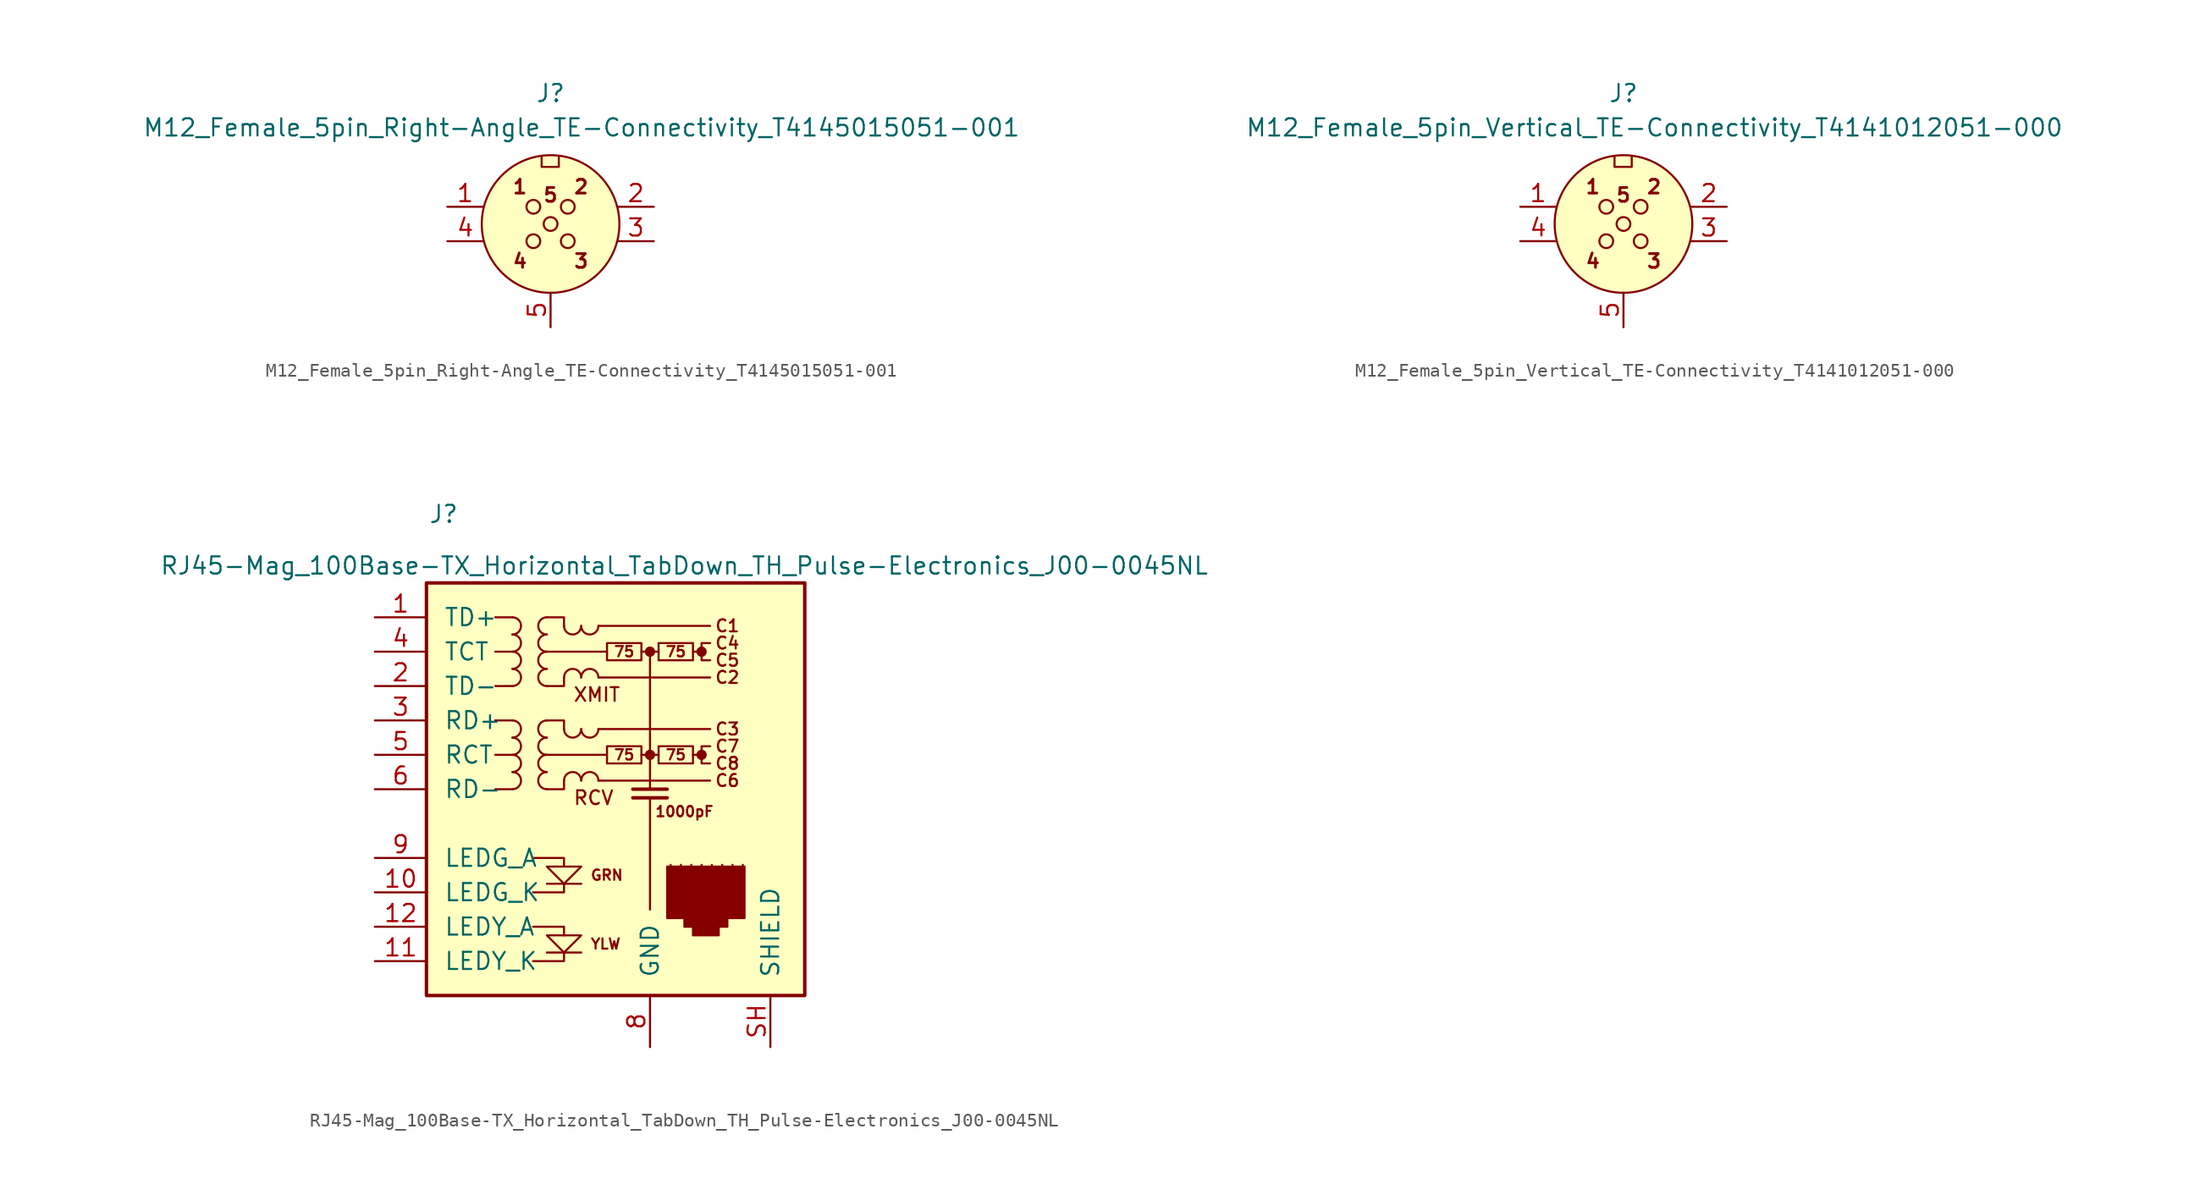
<source format=kicad_sym>
(kicad_symbol_lib
  (version 20241209)
  (generator "kicad_symbol_editor")
  (generator_version "9.0")
  (symbol "M12_Female_5pin_Right-Angle_TE-Connectivity_T4145015051-001"
    (pin_names
      (offset 1.27)
      (hide yes))
    (property "Reference" "J"
      (at 0 9.652 0)
      (effects (font (size 1.27 1.27))))
    (property "Value" "M12_Female_5pin_Right-Angle_TE-Connectivity_T4145015051-001"
      (at 2.286 7.112 0)
      (effects (font (size 1.27 1.27))))
    (symbol "M12_Female_5pin_Right-Angle_TE-Connectivity_T4145015051-001_1_1"
      (circle (center -1.27 1.27) (radius 0.508) (stroke (width 0) (type default)) (fill (type none)))
      (circle (center -1.27 -1.27) (radius 0.508) (stroke (width 0) (type default)) (fill (type none)))
      (polyline (pts (xy -0.66 5.029) (xy -0.66 4.216) (xy 0.61 4.216) (xy 0.61 5.029)) (stroke (width 0) (type default)) (fill (type none)))
      (circle (center 0 0) (radius 0.508) (stroke (width 0) (type default)) (fill (type none)))
      (circle (center 0 0) (radius 5.08) (stroke (width 0) (type default)) (fill (type background)))
      (circle (center 1.27 1.27) (radius 0.508) (stroke (width 0) (type default)) (fill (type none)))
      (circle (center 1.27 -1.27) (radius 0.508) (stroke (width 0) (type default)) (fill (type none)))
      (text "1" (at -2.261 2.743 0) (effects (font (size 1.016 1.016) (bold yes))))
      (text "4" (at -2.261 -2.743 0) (effects (font (size 1.016 1.016) (bold yes))))
      (text "5" (at 0 2.134 0) (effects (font (size 1.016 1.016) (bold yes))))
      (text "2" (at 2.261 2.743 0) (effects (font (size 1.016 1.016) (bold yes))))
      (text "3" (at 2.261 -2.743 0) (effects (font (size 1.016 1.016) (bold yes))))
      (pin passive line (at -7.62 1.27 0) (length 2.642) (name "P1" (effects (font (size 1.27 1.27)))) (number "1" (effects (font (size 1.27 1.27)))))
      (pin passive line (at -7.62 -1.27 0) (length 2.642) (name "P3" (effects (font (size 1.27 1.27)))) (number "4" (effects (font (size 1.27 1.27)))))
      (pin passive line (at 0 -7.62 90) (length 2.54) (name "P5" (effects (font (size 1.27 1.27)))) (number "5" (effects (font (size 1.27 1.27)))))
      (pin passive line (at 7.62 1.27 180) (length 2.642) (name "P2" (effects (font (size 1.27 1.27)))) (number "2" (effects (font (size 1.27 1.27)))))
      (pin passive line (at 7.62 -1.27 180) (length 2.642) (name "P3" (effects (font (size 1.27 1.27)))) (number "3" (effects (font (size 1.27 1.27)))))))
  (symbol "M12_Female_5pin_Vertical_TE-Connectivity_T4141012051-000"
    (pin_names
      (offset 1.27)
      (hide yes))
    (property "Reference" "J"
      (at 0 9.652 0)
      (effects (font (size 1.27 1.27))))
    (property "Value" "M12_Female_5pin_Vertical_TE-Connectivity_T4141012051-000"
      (at 2.286 7.112 0)
      (effects (font (size 1.27 1.27))))
    (symbol "M12_Female_5pin_Vertical_TE-Connectivity_T4141012051-000_1_1"
      (circle (center -1.27 1.27) (radius 0.508) (stroke (width 0) (type default)) (fill (type none)))
      (circle (center -1.27 -1.27) (radius 0.508) (stroke (width 0) (type default)) (fill (type none)))
      (polyline (pts (xy -0.66 5.029) (xy -0.66 4.216) (xy 0.61 4.216) (xy 0.61 5.029)) (stroke (width 0) (type default)) (fill (type none)))
      (circle (center 0 0) (radius 0.508) (stroke (width 0) (type default)) (fill (type none)))
      (circle (center 0 0) (radius 5.08) (stroke (width 0) (type default)) (fill (type background)))
      (circle (center 1.27 1.27) (radius 0.508) (stroke (width 0) (type default)) (fill (type none)))
      (circle (center 1.27 -1.27) (radius 0.508) (stroke (width 0) (type default)) (fill (type none)))
      (text "1" (at -2.261 2.743 0) (effects (font (size 1.016 1.016) (bold yes))))
      (text "4" (at -2.261 -2.743 0) (effects (font (size 1.016 1.016) (bold yes))))
      (text "5" (at 0 2.134 0) (effects (font (size 1.016 1.016) (bold yes))))
      (text "2" (at 2.261 2.743 0) (effects (font (size 1.016 1.016) (bold yes))))
      (text "3" (at 2.261 -2.743 0) (effects (font (size 1.016 1.016) (bold yes))))
      (pin passive line (at -7.62 1.27 0) (length 2.642) (name "P1" (effects (font (size 1.27 1.27)))) (number "1" (effects (font (size 1.27 1.27)))))
      (pin passive line (at -7.62 -1.27 0) (length 2.642) (name "P3" (effects (font (size 1.27 1.27)))) (number "4" (effects (font (size 1.27 1.27)))))
      (pin passive line (at 0 -7.62 90) (length 2.54) (name "P5" (effects (font (size 1.27 1.27)))) (number "5" (effects (font (size 1.27 1.27)))))
      (pin passive line (at 7.62 1.27 180) (length 2.642) (name "P2" (effects (font (size 1.27 1.27)))) (number "2" (effects (font (size 1.27 1.27)))))
      (pin passive line (at 7.62 -1.27 180) (length 2.642) (name "P3" (effects (font (size 1.27 1.27)))) (number "3" (effects (font (size 1.27 1.27)))))))
  (symbol "RJ45-Mag_100Base-TX_Horizontal_TabDown_TH_Pulse-Electronics_J00-0045NL"
    (pin_names
      (offset 1.27))
    (property "Reference" "J"
      (at -17.78 20.32 0)
      (effects (font (size 1.27 1.27))))
    (property "Value" "RJ45-Mag_100Base-TX_Horizontal_TabDown_TH_Pulse-Electronics_J00-0045NL"
      (at 0 16.51 0)
      (effects (font (size 1.27 1.27))))
    (symbol "RJ45-Mag_100Base-TX_Horizontal_TabDown_TH_Pulse-Electronics_J00-0045NL_0_1"
      (rectangle (start -1.016 -5.588) (end -1.016 -5.842) (stroke (width 0) (type default)) (fill (type none)))
      (rectangle (start -0.254 -5.588) (end -0.254 -5.842) (stroke (width 0) (type default)) (fill (type none)))
      (rectangle (start 0.508 -5.588) (end 0.508 -5.842) (stroke (width 0) (type default)) (fill (type none)))
      (polyline (pts (xy 0.635 -10.795) (xy 2.54 -10.795) (xy 2.54 -10.16) (xy 3.175 -10.16) (xy 3.175 -9.525) (xy 4.445 -9.525) (xy 4.445 -5.715) (xy -1.27 -5.715) (xy -1.27 -9.525) (xy 0 -9.525) (xy 0 -10.16) (xy 0.635 -10.16) (xy 0.635 -10.795)) (stroke (width 0) (type default)) (fill (type outline)))
      (rectangle (start 1.27 -5.588) (end 1.27 -5.842) (stroke (width 0) (type default)) (fill (type none)))
      (rectangle (start 2.032 -5.588) (end 2.032 -5.842) (stroke (width 0) (type default)) (fill (type none)))
      (rectangle (start 2.794 -5.588) (end 2.794 -5.842) (stroke (width 0) (type default)) (fill (type none)))
      (rectangle (start 3.556 -5.588) (end 3.556 -5.842) (stroke (width 0) (type default)) (fill (type none)))
      (rectangle (start 4.318 -5.588) (end 4.318 -5.842) (stroke (width 0) (type default)) (fill (type none))))
    (symbol "RJ45-Mag_100Base-TX_Horizontal_TabDown_TH_Pulse-Electronics_J00-0045NL_1_1"
      (rectangle (start -19.05 -15.24) (end 8.89 15.24) (stroke (width 0.254) (type default)) (fill (type background)))
      (arc (start -12.7 12.7) (mid -12.0677 12.065) (end -12.7 11.43) (stroke (width 0) (type default)) (fill (type none)))
      (arc (start -12.7 11.43) (mid -12.0677 10.795) (end -12.7 10.16) (stroke (width 0) (type default)) (fill (type none)))
      (arc (start -12.7 10.16) (mid -12.0677 9.525) (end -12.7 8.89) (stroke (width 0) (type default)) (fill (type none)))
      (arc (start -12.7 8.89) (mid -12.0677 8.255) (end -12.7 7.62) (stroke (width 0) (type default)) (fill (type none)))
      (arc (start -12.7 5.08) (mid -12.0677 4.445) (end -12.7 3.81) (stroke (width 0) (type default)) (fill (type none)))
      (arc (start -12.7 3.81) (mid -12.0677 3.175) (end -12.7 2.54) (stroke (width 0) (type default)) (fill (type none)))
      (arc (start -12.7 2.54) (mid -12.0677 1.905) (end -12.7 1.27) (stroke (width 0) (type default)) (fill (type none)))
      (arc (start -12.7 1.27) (mid -12.0677 0.635) (end -12.7 0) (stroke (width 0) (type default)) (fill (type none)))
      (polyline (pts (xy -12.7 12.7) (xy -13.97 12.7)) (stroke (width 0) (type default)) (fill (type none)))
      (polyline (pts (xy -12.7 10.16) (xy -13.97 10.16)) (stroke (width 0) (type default)) (fill (type none)))
      (polyline (pts (xy -12.7 7.62) (xy -13.97 7.62)) (stroke (width 0) (type default)) (fill (type none)))
      (polyline (pts (xy -12.7 5.08) (xy -13.97 5.08)) (stroke (width 0) (type default)) (fill (type none)))
      (polyline (pts (xy -12.7 2.54) (xy -13.97 2.54)) (stroke (width 0) (type default)) (fill (type none)))
      (polyline (pts (xy -12.7 0) (xy -13.97 0)) (stroke (width 0) (type default)) (fill (type none)))
      (polyline (pts (xy -11.176 -5.08) (xy -8.89 -5.08) (xy -8.89 -5.715)) (stroke (width 0) (type default)) (fill (type none)))
      (polyline (pts (xy -11.176 -10.16) (xy -8.89 -10.16) (xy -8.89 -10.795)) (stroke (width 0) (type default)) (fill (type none)))
      (polyline (pts (xy -11.176 -12.7) (xy -8.89 -12.7) (xy -8.89 -12.065)) (stroke (width 0) (type default)) (fill (type none)))
      (polyline (pts (xy -10.16 12.7) (xy -8.89 12.7) (xy -8.89 12.065)) (stroke (width 0) (type default)) (fill (type none)))
      (polyline (pts (xy -10.16 5.08) (xy -8.89 5.08) (xy -8.89 4.445)) (stroke (width 0) (type default)) (fill (type none)))
      (polyline (pts (xy -10.16 -5.715) (xy -7.62 -5.715) (xy -8.89 -6.985) (xy -10.16 -5.715)) (stroke (width 0) (type default)) (fill (type none)))
      (arc (start -10.16 11.43) (mid -10.7923 12.065) (end -10.16 12.7) (stroke (width 0) (type default)) (fill (type none)))
      (arc (start -10.16 10.16) (mid -10.7923 10.795) (end -10.16 11.43) (stroke (width 0) (type default)) (fill (type none)))
      (arc (start -10.16 8.89) (mid -10.7923 9.525) (end -10.16 10.16) (stroke (width 0) (type default)) (fill (type none)))
      (arc (start -10.16 7.62) (mid -10.7923 8.255) (end -10.16 8.89) (stroke (width 0) (type default)) (fill (type none)))
      (arc (start -10.16 3.81) (mid -10.7923 4.445) (end -10.16 5.08) (stroke (width 0) (type default)) (fill (type none)))
      (arc (start -10.16 2.54) (mid -10.7923 3.175) (end -10.16 3.81) (stroke (width 0) (type default)) (fill (type none)))
      (arc (start -10.16 1.27) (mid -10.7923 1.905) (end -10.16 2.54) (stroke (width 0) (type default)) (fill (type none)))
      (arc (start -10.16 0) (mid -10.7923 0.635) (end -10.16 1.27) (stroke (width 0) (type default)) (fill (type none)))
      (polyline (pts (xy -8.89 8.255) (xy -8.89 7.62) (xy -10.16 7.62)) (stroke (width 0) (type default)) (fill (type none)))
      (polyline (pts (xy -8.89 0.635) (xy -8.89 0) (xy -10.16 0)) (stroke (width 0) (type default)) (fill (type none)))
      (polyline (pts (xy -8.89 -6.985) (xy -8.89 -7.62) (xy -11.176 -7.62)) (stroke (width 0) (type default)) (fill (type none)))
      (arc (start -7.62 12.065) (mid -8.255 11.4327) (end -8.89 12.065) (stroke (width 0) (type default)) (fill (type none)))
      (arc (start -8.89 8.255) (mid -8.255 8.8873) (end -7.62 8.255) (stroke (width 0) (type default)) (fill (type none)))
      (arc (start -7.62 4.445) (mid -8.255 3.8127) (end -8.89 4.445) (stroke (width 0) (type default)) (fill (type none)))
      (arc (start -8.89 0.635) (mid -8.255 1.2673) (end -7.62 0.635) (stroke (width 0) (type default)) (fill (type none)))
      (polyline (pts (xy -7.62 -6.985) (xy -10.16 -6.985)) (stroke (width 0) (type default)) (fill (type none)))
      (polyline (pts (xy -7.62 -10.795) (xy -10.16 -10.795) (xy -8.89 -12.065) (xy -7.62 -10.795)) (stroke (width 0) (type default)) (fill (type none)))
      (polyline (pts (xy -7.62 -12.065) (xy -10.16 -12.065)) (stroke (width 0) (type default)) (fill (type none)))
      (arc (start -6.35 12.065) (mid -6.985 11.4327) (end -7.62 12.065) (stroke (width 0) (type default)) (fill (type none)))
      (arc (start -7.62 8.255) (mid -6.985 8.8873) (end -6.35 8.255) (stroke (width 0) (type default)) (fill (type none)))
      (arc (start -6.35 4.445) (mid -6.985 3.8127) (end -7.62 4.445) (stroke (width 0) (type default)) (fill (type none)))
      (arc (start -7.62 0.635) (mid -6.985 1.2673) (end -6.35 0.635) (stroke (width 0) (type default)) (fill (type none)))
      (polyline (pts (xy -6.35 12.065) (xy 1.905 12.065)) (stroke (width 0) (type default)) (fill (type none)))
      (polyline (pts (xy -6.35 8.255) (xy 1.905 8.255)) (stroke (width 0) (type default)) (fill (type none)))
      (polyline (pts (xy -6.35 4.445) (xy 1.905 4.445)) (stroke (width 0) (type default)) (fill (type none)))
      (polyline (pts (xy -6.35 0.635) (xy 1.905 0.635)) (stroke (width 0) (type default)) (fill (type none)))
      (rectangle (start -5.715 10.795) (end -3.175 9.525) (stroke (width 0) (type default)) (fill (type none)))
      (polyline (pts (xy -5.715 10.16) (xy -10.16 10.16)) (stroke (width 0) (type default)) (fill (type none)))
      (rectangle (start -5.715 3.175) (end -3.175 1.905) (stroke (width 0) (type default)) (fill (type none)))
      (polyline (pts (xy -5.715 2.54) (xy -10.16 2.54)) (stroke (width 0) (type default)) (fill (type none)))
      (polyline (pts (xy -3.175 10.16) (xy -1.905 10.16)) (stroke (width 0) (type default)) (fill (type none)))
      (polyline (pts (xy -3.175 2.54) (xy -1.905 2.54)) (stroke (width 0) (type default)) (fill (type none)))
      (circle (center -2.54 10.16) (radius 0.254) (stroke (width 0.254) (type default)) (fill (type outline)))
      (polyline (pts (xy -2.54 10.16) (xy -2.54 0)) (stroke (width 0) (type default)) (fill (type none)))
      (circle (center -2.54 2.54) (radius 0.254) (stroke (width 0.254) (type default)) (fill (type outline)))
      (polyline (pts (xy -2.54 -0.635) (xy -2.54 -3.81) (xy -2.54 -8.89)) (stroke (width 0) (type default)) (fill (type none)))
      (rectangle (start -1.905 10.795) (end 0.635 9.525) (stroke (width 0) (type default)) (fill (type none)))
      (rectangle (start -1.905 3.175) (end 0.635 1.905) (stroke (width 0) (type default)) (fill (type none)))
      (polyline (pts (xy -1.27 0) (xy -3.81 0)) (stroke (width 0.254) (type default)) (fill (type none)))
      (polyline (pts (xy -1.27 -0.635) (xy -3.81 -0.635)) (stroke (width 0.254) (type default)) (fill (type none)))
      (polyline (pts (xy 1.27 10.16) (xy 0.635 10.16)) (stroke (width 0) (type default)) (fill (type none)))
      (circle (center 1.27 10.16) (radius 0.254) (stroke (width 0.254) (type default)) (fill (type outline)))
      (polyline (pts (xy 1.27 2.54) (xy 0.635 2.54)) (stroke (width 0) (type default)) (fill (type none)))
      (circle (center 1.27 2.54) (radius 0.254) (stroke (width 0.254) (type default)) (fill (type outline)))
      (polyline (pts (xy 1.905 10.795) (xy 1.27 10.795) (xy 1.27 9.525) (xy 1.905 9.525)) (stroke (width 0) (type default)) (fill (type none)))
      (polyline (pts (xy 1.905 3.175) (xy 1.27 3.175) (xy 1.27 1.905) (xy 1.905 1.905)) (stroke (width 0) (type default)) (fill (type none)))
      (text "XMIT" (at -8.255 6.985 0) (effects (font (size 1.016 1.016)) (justify left)))
      (text "RCV" (at -8.255 -0.635 0) (effects (font (size 1.016 1.016)) (justify left)))
      (text "GRN" (at -6.985 -6.35 0) (effects (font (size 0.762 0.762)) (justify left)))
      (text "YLW" (at -6.985 -11.43 0) (effects (font (size 0.762 0.762)) (justify left)))
      (text "75" (at -4.445 10.16 0) (effects (font (size 0.762 0.762))))
      (text "75" (at -4.445 2.54 0) (effects (font (size 0.762 0.762))))
      (text "75" (at -0.635 10.16 0) (effects (font (size 0.762 0.762))))
      (text "75" (at -0.635 2.54 0) (effects (font (size 0.762 0.762))))
      (text "1000pF" (at 0 -1.651 0) (effects (font (size 0.762 0.762))))
      (text "C1" (at 3.175 12.065 0) (effects (font (size 0.889 0.889))))
      (text "C4" (at 3.175 10.795 0) (effects (font (size 0.889 0.889))))
      (text "C5" (at 3.175 9.525 0) (effects (font (size 0.889 0.889))))
      (text "C2" (at 3.175 8.255 0) (effects (font (size 0.889 0.889))))
      (text "C3" (at 3.175 4.445 0) (effects (font (size 0.889 0.889))))
      (text "C7" (at 3.175 3.175 0) (effects (font (size 0.889 0.889))))
      (text "C8" (at 3.175 1.905 0) (effects (font (size 0.889 0.889))))
      (text "C6" (at 3.175 0.635 0) (effects (font (size 0.889 0.889))))
      (pin input line (at -22.86 12.7 0) (length 3.81) (name "TD+" (effects (font (size 1.27 1.27)))) (number "1" (effects (font (size 1.27 1.27)))))
      (pin passive line (at -22.86 10.16 0) (length 3.81) (name "TCT" (effects (font (size 1.27 1.27)))) (number "4" (effects (font (size 1.27 1.27)))))
      (pin input line (at -22.86 7.62 0) (length 3.81) (name "TD-" (effects (font (size 1.27 1.27)))) (number "2" (effects (font (size 1.27 1.27)))))
      (pin output line (at -22.86 5.08 0) (length 3.81) (name "RD+" (effects (font (size 1.27 1.27)))) (number "3" (effects (font (size 1.27 1.27)))))
      (pin passive line (at -22.86 2.54 0) (length 3.81) (name "RCT" (effects (font (size 1.27 1.27)))) (number "5" (effects (font (size 1.27 1.27)))))
      (pin output line (at -22.86 0 0) (length 3.81) (name "RD-" (effects (font (size 1.27 1.27)))) (number "6" (effects (font (size 1.27 1.27)))))
      (pin passive line (at -22.86 -5.08 0) (length 3.81) (name "LEDG_A" (effects (font (size 1.27 1.27)))) (number "9" (effects (font (size 1.27 1.27)))))
      (pin passive line (at -22.86 -7.62 0) (length 3.81) (name "LEDG_K" (effects (font (size 1.27 1.27)))) (number "10" (effects (font (size 1.27 1.27)))))
      (pin passive line (at -22.86 -10.16 0) (length 3.81) (name "LEDY_A" (effects (font (size 1.27 1.27)))) (number "12" (effects (font (size 1.27 1.27)))))
      (pin passive line (at -22.86 -12.7 0) (length 3.81) (name "LEDY_K" (effects (font (size 1.27 1.27)))) (number "11" (effects (font (size 1.27 1.27)))))
      (pin power_in line (at -2.54 -19.05 90) (length 3.81) (name "GND" (effects (font (size 1.27 1.27)))) (number "8" (effects (font (size 1.27 1.27)))))
      (pin no_connect line (at 5.08 -7.62 0) (length 0) (hide yes) (name "NC" (effects (font (size 1.27 1.27)))) (number "7" (effects (font (size 1.27 1.27)))))
      (pin passive line (at 6.35 -19.05 90) (length 3.81) (name "SHIELD" (effects (font (size 1.27 1.27)))) (number "SH" (effects (font (size 1.27 1.27))))))))
</source>
